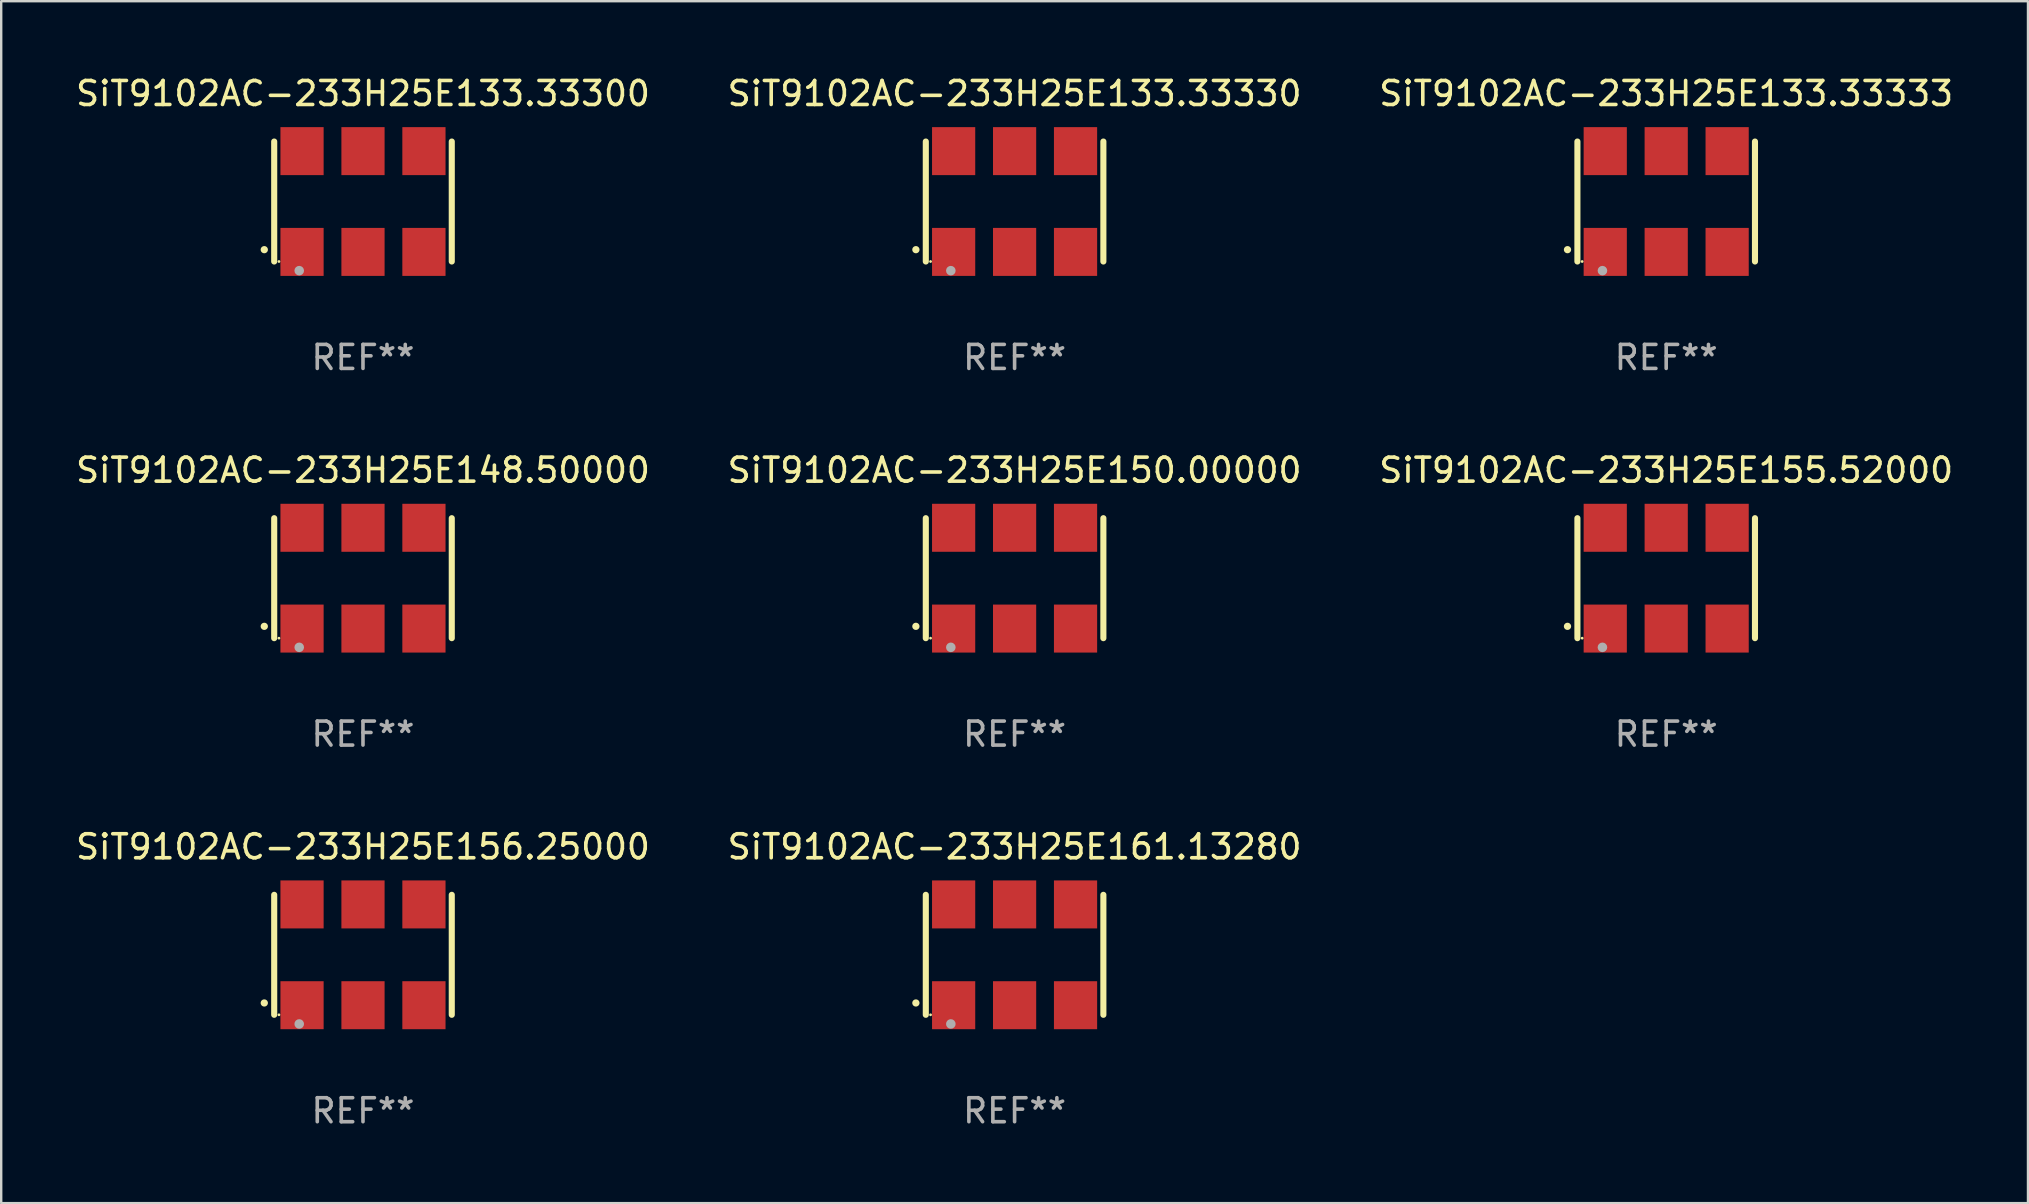
<source format=kicad_pcb>
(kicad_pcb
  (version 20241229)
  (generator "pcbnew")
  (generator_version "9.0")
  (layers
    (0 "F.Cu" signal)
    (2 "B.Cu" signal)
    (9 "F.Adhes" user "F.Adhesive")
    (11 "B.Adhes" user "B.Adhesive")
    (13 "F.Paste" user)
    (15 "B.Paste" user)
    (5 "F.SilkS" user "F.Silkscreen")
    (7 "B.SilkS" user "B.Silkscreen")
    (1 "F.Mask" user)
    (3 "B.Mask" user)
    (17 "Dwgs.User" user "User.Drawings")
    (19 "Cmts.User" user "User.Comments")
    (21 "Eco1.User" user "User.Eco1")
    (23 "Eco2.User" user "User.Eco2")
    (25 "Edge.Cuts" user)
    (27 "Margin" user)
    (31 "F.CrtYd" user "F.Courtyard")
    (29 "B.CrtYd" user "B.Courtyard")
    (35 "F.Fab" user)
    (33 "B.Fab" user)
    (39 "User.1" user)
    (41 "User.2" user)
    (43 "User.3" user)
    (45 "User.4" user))
  (footprint "SiT9102AC-233H25E150.00000"
    (layer "F.Cu")
    (at 39.232 21.045)
    (property "Reference" "SiT9102AC-233H25E150.00000" (at 0 -4.5 0) (layer "F.SilkS") (effects (font (size 1 1) (thickness 0.15))))
    (attr through_hole)
    (fp_line (start -3.7 -2.5) (end -3.7 2.5) (stroke (width 0.254) (type solid)) (layer "F.SilkS"))
    (fp_line (start 3.7 -2.5) (end 3.7 2.5) (stroke (width 0.254) (type solid)) (layer "F.SilkS"))
    (fp_arc (start -4.114415 2.006604) (mid -4.113145 2.006599) (end -4.111875 2.006604) (stroke (width 0.3) (type solid)) (layer "F.SilkS"))
    (fp_circle (center -3.502 2.5) (end -3.472 2.5) (stroke (width 0.06) (type solid)) (fill no) (layer "F.SilkS"))
    (fp_circle (center -2.657 2.882) (end -2.557 2.882) (stroke (width 0.2) (type solid)) (fill no) (layer "F.Fab"))
    (fp_text user "REF**" (at 0 6.5 0) (layer "F.Fab") (effects (font (size 1 1) (thickness 0.15))))
    (pad "1" smd rect (at -2.54 2.1) (size 1.8 2) (layers "F.Cu" "F.Mask" "F.Paste"))
    (pad "2" smd rect (at 0.000394 2.1) (size 1.8 2) (layers "F.Cu" "F.Mask" "F.Paste"))
    (pad "3" smd rect (at 2.54 2.1) (size 1.8 2) (layers "F.Cu" "F.Mask" "F.Paste"))
    (pad "4" smd rect (at 2.54 -2.1) (size 1.8 2) (layers "F.Cu" "F.Mask" "F.Paste"))
    (pad "5" smd rect (at 0.000394 -2.1) (size 1.8 2) (layers "F.Cu" "F.Mask" "F.Paste"))
    (pad "6" smd rect (at -2.54 -2.1) (size 1.8 2) (layers "F.Cu" "F.Mask" "F.Paste")))
  (footprint "SiT9102AC-233H25E133.33330"
    (layer "F.Cu")
    (at 39.232 5.348)
    (property "Reference" "SiT9102AC-233H25E133.33330" (at 0 -4.5 0) (layer "F.SilkS") (effects (font (size 1 1) (thickness 0.15))))
    (attr through_hole)
    (fp_line (start -3.7 -2.5) (end -3.7 2.5) (stroke (width 0.254) (type solid)) (layer "F.SilkS"))
    (fp_line (start 3.7 -2.5) (end 3.7 2.5) (stroke (width 0.254) (type solid)) (layer "F.SilkS"))
    (fp_arc (start -4.114415 2.006604) (mid -4.113145 2.006599) (end -4.111875 2.006604) (stroke (width 0.3) (type solid)) (layer "F.SilkS"))
    (fp_circle (center -3.502 2.5) (end -3.472 2.5) (stroke (width 0.06) (type solid)) (fill no) (layer "F.SilkS"))
    (fp_circle (center -2.657 2.882) (end -2.557 2.882) (stroke (width 0.2) (type solid)) (fill no) (layer "F.Fab"))
    (fp_text user "REF**" (at 0 6.5 0) (layer "F.Fab") (effects (font (size 1 1) (thickness 0.15))))
    (pad "1" smd rect (at -2.54 2.1) (size 1.8 2) (layers "F.Cu" "F.Mask" "F.Paste"))
    (pad "2" smd rect (at 0.000394 2.1) (size 1.8 2) (layers "F.Cu" "F.Mask" "F.Paste"))
    (pad "3" smd rect (at 2.54 2.1) (size 1.8 2) (layers "F.Cu" "F.Mask" "F.Paste"))
    (pad "4" smd rect (at 2.54 -2.1) (size 1.8 2) (layers "F.Cu" "F.Mask" "F.Paste"))
    (pad "5" smd rect (at 0.000394 -2.1) (size 1.8 2) (layers "F.Cu" "F.Mask" "F.Paste"))
    (pad "6" smd rect (at -2.54 -2.1) (size 1.8 2) (layers "F.Cu" "F.Mask" "F.Paste")))
  (footprint "SiT9102AC-233H25E155.52000"
    (layer "F.Cu")
    (at 66.387 21.045)
    (property "Reference" "SiT9102AC-233H25E155.52000" (at 0 -4.5 0) (layer "F.SilkS") (effects (font (size 1 1) (thickness 0.15))))
    (attr through_hole)
    (fp_line (start -3.7 -2.5) (end -3.7 2.5) (stroke (width 0.254) (type solid)) (layer "F.SilkS"))
    (fp_line (start 3.7 -2.5) (end 3.7 2.5) (stroke (width 0.254) (type solid)) (layer "F.SilkS"))
    (fp_arc (start -4.114415 2.006604) (mid -4.113145 2.006599) (end -4.111875 2.006604) (stroke (width 0.3) (type solid)) (layer "F.SilkS"))
    (fp_circle (center -3.502 2.5) (end -3.472 2.5) (stroke (width 0.06) (type solid)) (fill no) (layer "F.SilkS"))
    (fp_circle (center -2.657 2.882) (end -2.557 2.882) (stroke (width 0.2) (type solid)) (fill no) (layer "F.Fab"))
    (fp_text user "REF**" (at 0 6.5 0) (layer "F.Fab") (effects (font (size 1 1) (thickness 0.15))))
    (pad "1" smd rect (at -2.54 2.1) (size 1.8 2) (layers "F.Cu" "F.Mask" "F.Paste"))
    (pad "2" smd rect (at 0.000394 2.1) (size 1.8 2) (layers "F.Cu" "F.Mask" "F.Paste"))
    (pad "3" smd rect (at 2.54 2.1) (size 1.8 2) (layers "F.Cu" "F.Mask" "F.Paste"))
    (pad "4" smd rect (at 2.54 -2.1) (size 1.8 2) (layers "F.Cu" "F.Mask" "F.Paste"))
    (pad "5" smd rect (at 0.000394 -2.1) (size 1.8 2) (layers "F.Cu" "F.Mask" "F.Paste"))
    (pad "6" smd rect (at -2.54 -2.1) (size 1.8 2) (layers "F.Cu" "F.Mask" "F.Paste")))
  (footprint "SiT9102AC-233H25E156.25000"
    (layer "F.Cu")
    (at 12.077 36.741)
    (property "Reference" "SiT9102AC-233H25E156.25000" (at 0 -4.5 0) (layer "F.SilkS") (effects (font (size 1 1) (thickness 0.15))))
    (attr through_hole)
    (fp_line (start -3.7 -2.5) (end -3.7 2.5) (stroke (width 0.254) (type solid)) (layer "F.SilkS"))
    (fp_line (start 3.7 -2.5) (end 3.7 2.5) (stroke (width 0.254) (type solid)) (layer "F.SilkS"))
    (fp_arc (start -4.114415 2.006604) (mid -4.113145 2.006599) (end -4.111875 2.006604) (stroke (width 0.3) (type solid)) (layer "F.SilkS"))
    (fp_circle (center -3.502 2.5) (end -3.472 2.5) (stroke (width 0.06) (type solid)) (fill no) (layer "F.SilkS"))
    (fp_circle (center -2.657 2.882) (end -2.557 2.882) (stroke (width 0.2) (type solid)) (fill no) (layer "F.Fab"))
    (fp_text user "REF**" (at 0 6.5 0) (layer "F.Fab") (effects (font (size 1 1) (thickness 0.15))))
    (pad "1" smd rect (at -2.54 2.1) (size 1.8 2) (layers "F.Cu" "F.Mask" "F.Paste"))
    (pad "2" smd rect (at 0.000394 2.1) (size 1.8 2) (layers "F.Cu" "F.Mask" "F.Paste"))
    (pad "3" smd rect (at 2.54 2.1) (size 1.8 2) (layers "F.Cu" "F.Mask" "F.Paste"))
    (pad "4" smd rect (at 2.54 -2.1) (size 1.8 2) (layers "F.Cu" "F.Mask" "F.Paste"))
    (pad "5" smd rect (at 0.000394 -2.1) (size 1.8 2) (layers "F.Cu" "F.Mask" "F.Paste"))
    (pad "6" smd rect (at -2.54 -2.1) (size 1.8 2) (layers "F.Cu" "F.Mask" "F.Paste")))
  (footprint "SiT9102AC-233H25E161.13280"
    (layer "F.Cu")
    (at 39.232 36.741)
    (property "Reference" "SiT9102AC-233H25E161.13280" (at 0 -4.5 0) (layer "F.SilkS") (effects (font (size 1 1) (thickness 0.15))))
    (attr through_hole)
    (fp_line (start -3.7 -2.5) (end -3.7 2.5) (stroke (width 0.254) (type solid)) (layer "F.SilkS"))
    (fp_line (start 3.7 -2.5) (end 3.7 2.5) (stroke (width 0.254) (type solid)) (layer "F.SilkS"))
    (fp_arc (start -4.114415 2.006604) (mid -4.113145 2.006599) (end -4.111875 2.006604) (stroke (width 0.3) (type solid)) (layer "F.SilkS"))
    (fp_circle (center -3.502 2.5) (end -3.472 2.5) (stroke (width 0.06) (type solid)) (fill no) (layer "F.SilkS"))
    (fp_circle (center -2.657 2.882) (end -2.557 2.882) (stroke (width 0.2) (type solid)) (fill no) (layer "F.Fab"))
    (fp_text user "REF**" (at 0 6.5 0) (layer "F.Fab") (effects (font (size 1 1) (thickness 0.15))))
    (pad "1" smd rect (at -2.54 2.1) (size 1.8 2) (layers "F.Cu" "F.Mask" "F.Paste"))
    (pad "2" smd rect (at 0.000394 2.1) (size 1.8 2) (layers "F.Cu" "F.Mask" "F.Paste"))
    (pad "3" smd rect (at 2.54 2.1) (size 1.8 2) (layers "F.Cu" "F.Mask" "F.Paste"))
    (pad "4" smd rect (at 2.54 -2.1) (size 1.8 2) (layers "F.Cu" "F.Mask" "F.Paste"))
    (pad "5" smd rect (at 0.000394 -2.1) (size 1.8 2) (layers "F.Cu" "F.Mask" "F.Paste"))
    (pad "6" smd rect (at -2.54 -2.1) (size 1.8 2) (layers "F.Cu" "F.Mask" "F.Paste")))
  (footprint "SiT9102AC-233H25E133.33300"
    (layer "F.Cu")
    (at 12.077 5.348)
    (property "Reference" "SiT9102AC-233H25E133.33300" (at 0 -4.5 0) (layer "F.SilkS") (effects (font (size 1 1) (thickness 0.15))))
    (attr through_hole)
    (fp_line (start -3.7 -2.5) (end -3.7 2.5) (stroke (width 0.254) (type solid)) (layer "F.SilkS"))
    (fp_line (start 3.7 -2.5) (end 3.7 2.5) (stroke (width 0.254) (type solid)) (layer "F.SilkS"))
    (fp_arc (start -4.114415 2.006604) (mid -4.113145 2.006599) (end -4.111875 2.006604) (stroke (width 0.3) (type solid)) (layer "F.SilkS"))
    (fp_circle (center -3.502 2.5) (end -3.472 2.5) (stroke (width 0.06) (type solid)) (fill no) (layer "F.SilkS"))
    (fp_circle (center -2.657 2.882) (end -2.557 2.882) (stroke (width 0.2) (type solid)) (fill no) (layer "F.Fab"))
    (fp_text user "REF**" (at 0 6.5 0) (layer "F.Fab") (effects (font (size 1 1) (thickness 0.15))))
    (pad "1" smd rect (at -2.54 2.1) (size 1.8 2) (layers "F.Cu" "F.Mask" "F.Paste"))
    (pad "2" smd rect (at 0.000394 2.1) (size 1.8 2) (layers "F.Cu" "F.Mask" "F.Paste"))
    (pad "3" smd rect (at 2.54 2.1) (size 1.8 2) (layers "F.Cu" "F.Mask" "F.Paste"))
    (pad "4" smd rect (at 2.54 -2.1) (size 1.8 2) (layers "F.Cu" "F.Mask" "F.Paste"))
    (pad "5" smd rect (at 0.000394 -2.1) (size 1.8 2) (layers "F.Cu" "F.Mask" "F.Paste"))
    (pad "6" smd rect (at -2.54 -2.1) (size 1.8 2) (layers "F.Cu" "F.Mask" "F.Paste")))
  (footprint "SiT9102AC-233H25E133.33333"
    (layer "F.Cu")
    (at 66.387 5.348)
    (property "Reference" "SiT9102AC-233H25E133.33333" (at 0 -4.5 0) (layer "F.SilkS") (effects (font (size 1 1) (thickness 0.15))))
    (attr through_hole)
    (fp_line (start -3.7 -2.5) (end -3.7 2.5) (stroke (width 0.254) (type solid)) (layer "F.SilkS"))
    (fp_line (start 3.7 -2.5) (end 3.7 2.5) (stroke (width 0.254) (type solid)) (layer "F.SilkS"))
    (fp_arc (start -4.114415 2.006604) (mid -4.113145 2.006599) (end -4.111875 2.006604) (stroke (width 0.3) (type solid)) (layer "F.SilkS"))
    (fp_circle (center -3.502 2.5) (end -3.472 2.5) (stroke (width 0.06) (type solid)) (fill no) (layer "F.SilkS"))
    (fp_circle (center -2.657 2.882) (end -2.557 2.882) (stroke (width 0.2) (type solid)) (fill no) (layer "F.Fab"))
    (fp_text user "REF**" (at 0 6.5 0) (layer "F.Fab") (effects (font (size 1 1) (thickness 0.15))))
    (pad "1" smd rect (at -2.54 2.1) (size 1.8 2) (layers "F.Cu" "F.Mask" "F.Paste"))
    (pad "2" smd rect (at 0.000394 2.1) (size 1.8 2) (layers "F.Cu" "F.Mask" "F.Paste"))
    (pad "3" smd rect (at 2.54 2.1) (size 1.8 2) (layers "F.Cu" "F.Mask" "F.Paste"))
    (pad "4" smd rect (at 2.54 -2.1) (size 1.8 2) (layers "F.Cu" "F.Mask" "F.Paste"))
    (pad "5" smd rect (at 0.000394 -2.1) (size 1.8 2) (layers "F.Cu" "F.Mask" "F.Paste"))
    (pad "6" smd rect (at -2.54 -2.1) (size 1.8 2) (layers "F.Cu" "F.Mask" "F.Paste")))
  (footprint "SiT9102AC-233H25E148.50000"
    (layer "F.Cu")
    (at 12.077 21.045)
    (property "Reference" "SiT9102AC-233H25E148.50000" (at 0 -4.5 0) (layer "F.SilkS") (effects (font (size 1 1) (thickness 0.15))))
    (attr through_hole)
    (fp_line (start -3.7 -2.5) (end -3.7 2.5) (stroke (width 0.254) (type solid)) (layer "F.SilkS"))
    (fp_line (start 3.7 -2.5) (end 3.7 2.5) (stroke (width 0.254) (type solid)) (layer "F.SilkS"))
    (fp_arc (start -4.114415 2.006604) (mid -4.113145 2.006599) (end -4.111875 2.006604) (stroke (width 0.3) (type solid)) (layer "F.SilkS"))
    (fp_circle (center -3.502 2.5) (end -3.472 2.5) (stroke (width 0.06) (type solid)) (fill no) (layer "F.SilkS"))
    (fp_circle (center -2.657 2.882) (end -2.557 2.882) (stroke (width 0.2) (type solid)) (fill no) (layer "F.Fab"))
    (fp_text user "REF**" (at 0 6.5 0) (layer "F.Fab") (effects (font (size 1 1) (thickness 0.15))))
    (pad "1" smd rect (at -2.54 2.1) (size 1.8 2) (layers "F.Cu" "F.Mask" "F.Paste"))
    (pad "2" smd rect (at 0.000394 2.1) (size 1.8 2) (layers "F.Cu" "F.Mask" "F.Paste"))
    (pad "3" smd rect (at 2.54 2.1) (size 1.8 2) (layers "F.Cu" "F.Mask" "F.Paste"))
    (pad "4" smd rect (at 2.54 -2.1) (size 1.8 2) (layers "F.Cu" "F.Mask" "F.Paste"))
    (pad "5" smd rect (at 0.000394 -2.1) (size 1.8 2) (layers "F.Cu" "F.Mask" "F.Paste"))
    (pad "6" smd rect (at -2.54 -2.1) (size 1.8 2) (layers "F.Cu" "F.Mask" "F.Paste")))
  (gr_rect
    (start -3 -3)
    (end 81.464 47.09)
    (stroke (width 0.1) (type default))
    (fill no)
    (layer "Edge.Cuts")))
</source>
